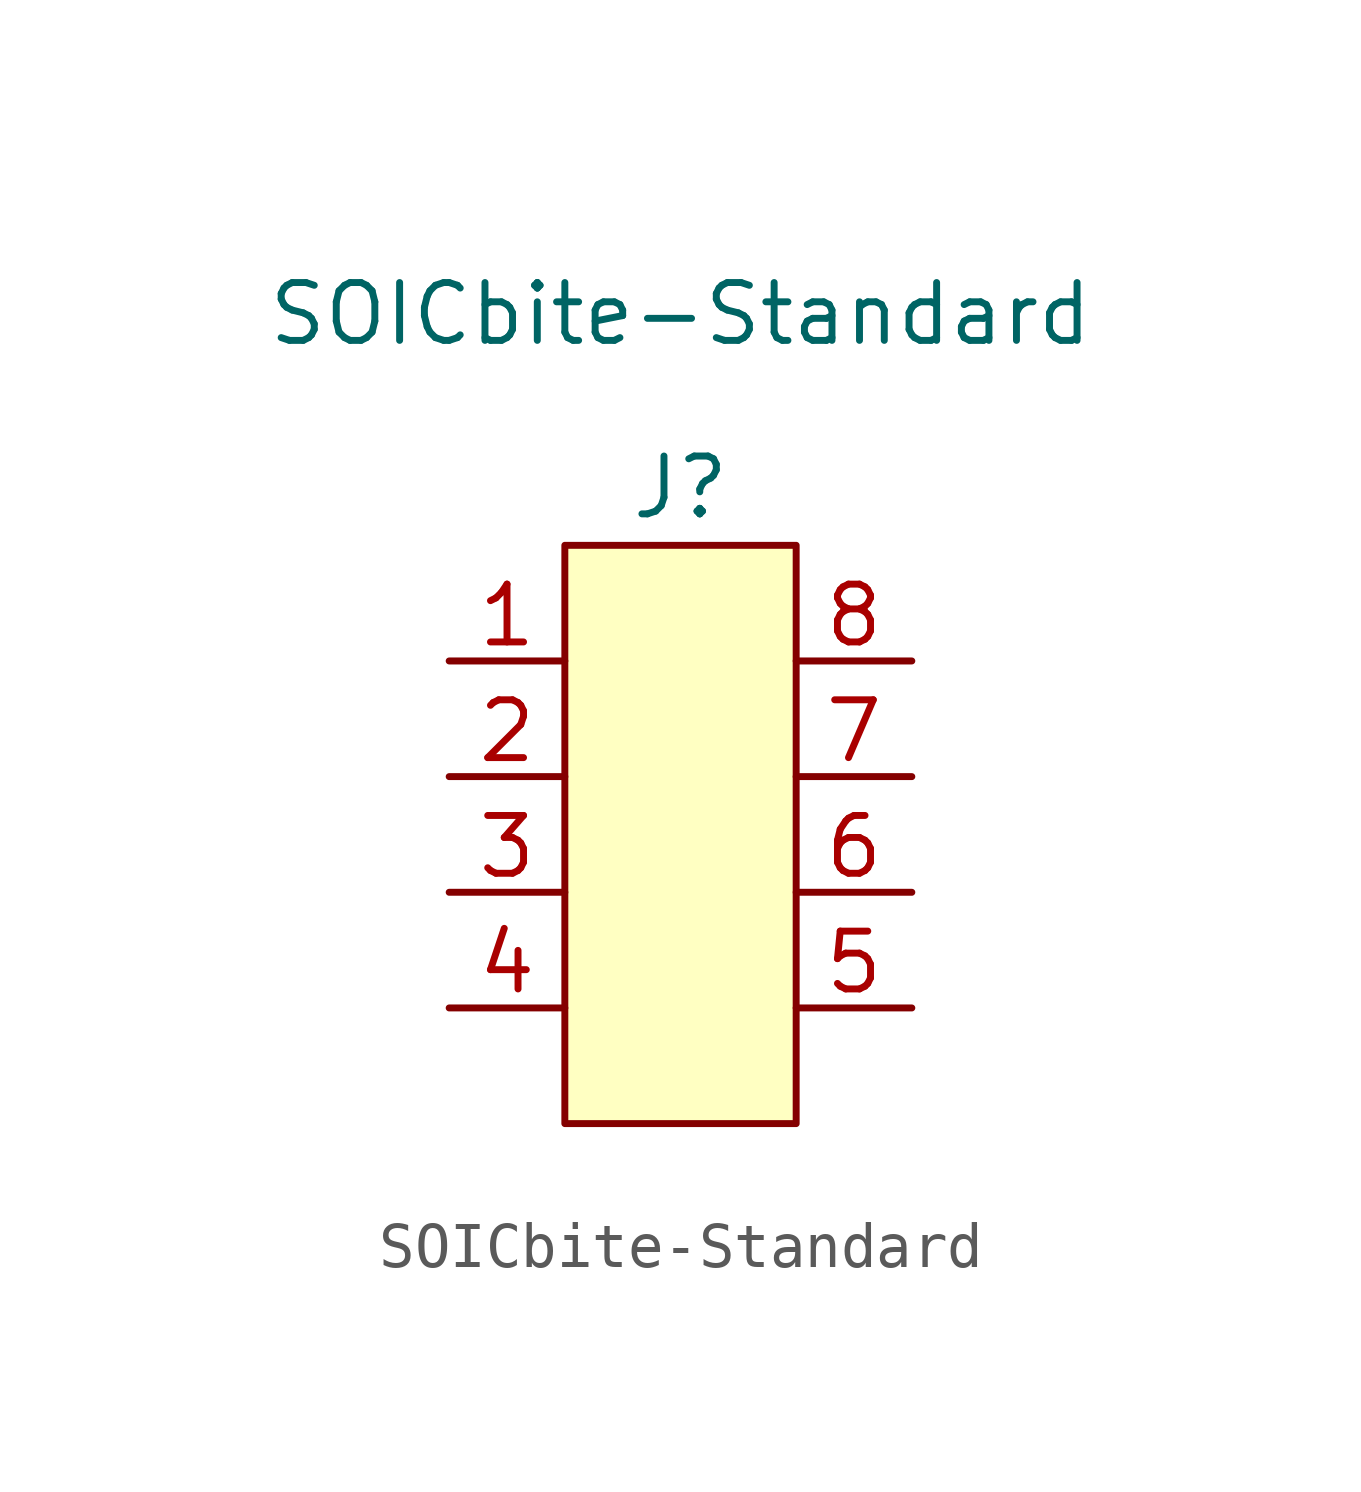
<source format=kicad_sym>
(kicad_symbol_lib
  (version 20211014)
  (generator kicad_symbol_editor)
  (symbol "SOICbite-Standard"
    (property "Reference" "J"
      (at 0 7.62 0)
      (effects (font (size 1.27 1.27))))
    (property "Value" "SOICbite-Standard"
      (at 0 11.43 0)
      (effects (font (size 1.27 1.27))))
    (symbol "SOICbite-Standard_0_0"
      (pin passive line (at -5.08 3.81 0) (length 2.54) (name "" (effects (font (size 1.27 1.27)))) (number "1" (effects (font (size 1.27 1.27)))))
      (pin passive line (at -5.08 1.27 0) (length 2.54) (name "" (effects (font (size 1.27 1.27)))) (number "2" (effects (font (size 1.27 1.27)))))
      (pin passive line (at -5.08 -1.27 0) (length 2.54) (name "" (effects (font (size 1.27 1.27)))) (number "3" (effects (font (size 1.27 1.27)))))
      (pin passive line (at -5.08 -3.81 0) (length 2.54) (name "" (effects (font (size 1.27 1.27)))) (number "4" (effects (font (size 1.27 1.27)))))
      (pin passive line (at 5.08 -3.81 180) (length 2.54) (name "" (effects (font (size 1.27 1.27)))) (number "5" (effects (font (size 1.27 1.27)))))
      (pin passive line (at 5.08 -1.27 180) (length 2.54) (name "" (effects (font (size 1.27 1.27)))) (number "6" (effects (font (size 1.27 1.27)))))
      (pin passive line (at 5.08 1.27 180) (length 2.54) (name "" (effects (font (size 1.27 1.27)))) (number "7" (effects (font (size 1.27 1.27)))))
      (pin passive line (at 5.08 3.81 180) (length 2.54) (name "" (effects (font (size 1.27 1.27)))) (number "8" (effects (font (size 1.27 1.27))))))
    (symbol "SOICbite-Standard_0_1"
      (rectangle (start -2.54 6.35) (end 2.54 -6.35) (stroke (width 0) (type default) (color 0 0 0 0)) (fill (type background))))))
</source>
